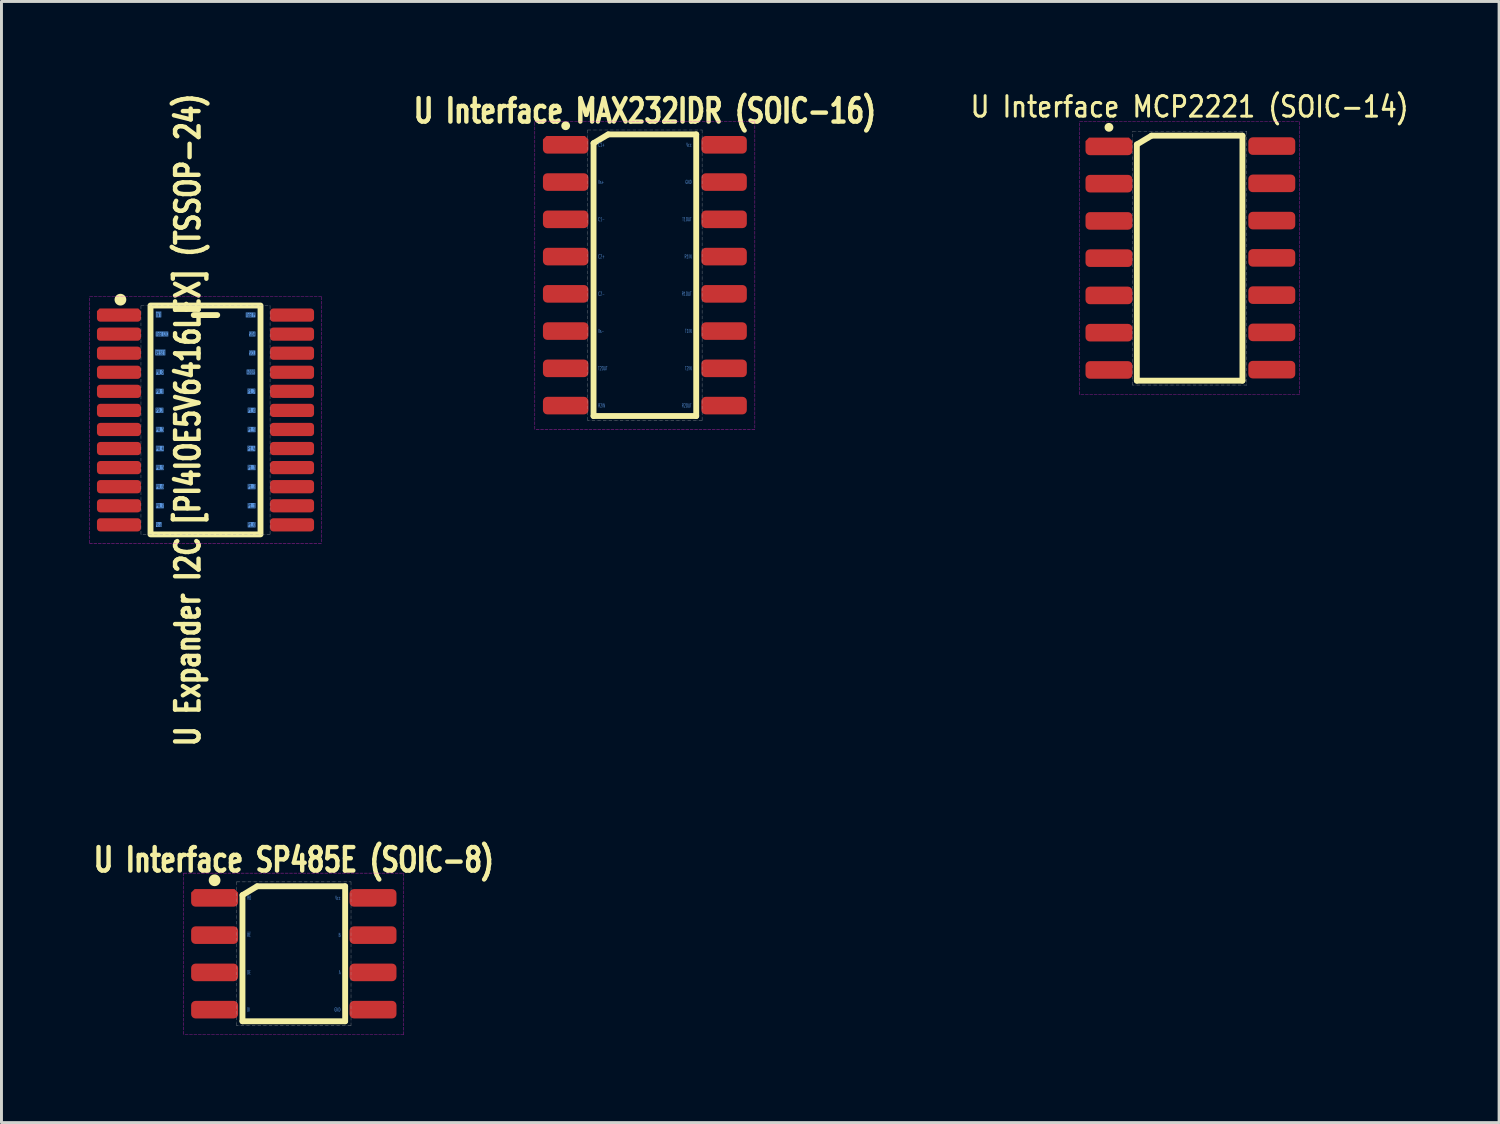
<source format=kicad_pcb>
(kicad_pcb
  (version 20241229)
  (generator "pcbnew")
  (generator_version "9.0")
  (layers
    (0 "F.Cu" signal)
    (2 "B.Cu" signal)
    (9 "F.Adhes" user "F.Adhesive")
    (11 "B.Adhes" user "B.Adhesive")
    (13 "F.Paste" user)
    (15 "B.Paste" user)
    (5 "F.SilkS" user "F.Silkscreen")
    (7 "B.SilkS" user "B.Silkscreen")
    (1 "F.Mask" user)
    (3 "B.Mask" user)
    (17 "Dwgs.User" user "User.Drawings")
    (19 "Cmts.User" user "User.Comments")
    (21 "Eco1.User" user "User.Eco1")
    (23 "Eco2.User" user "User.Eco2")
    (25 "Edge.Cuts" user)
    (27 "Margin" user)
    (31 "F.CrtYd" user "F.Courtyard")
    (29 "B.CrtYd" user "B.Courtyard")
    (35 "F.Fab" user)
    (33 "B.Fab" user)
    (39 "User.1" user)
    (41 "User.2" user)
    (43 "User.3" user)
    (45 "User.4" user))
  (footprint "U Interface MCP2221 (SOIC-14)"
    (layer "F.Cu")
    (at 37.501 5.75)
    (property "Reference" "U Interface MCP2221 (SOIC-14)" (at 0 -4.75 0) (unlocked yes) (layer "F.SilkS") (effects (font (size 0.7 0.6) (thickness 0.1)) (justify bottom)))
    (attr smd)
    (fp_line (start -1.8 -3.875) (end -1.3 -4.175) (stroke (width 0.2) (type default)) (layer "F.SilkS"))
    (fp_line (start -1.8 4.175) (end -1.8 -3.875) (stroke (width 0.2) (type default)) (layer "F.SilkS"))
    (fp_line (start -1.3 -4.175) (end 1.8 -4.175) (stroke (width 0.2) (type default)) (layer "F.SilkS"))
    (fp_line (start 1.8 -4.175) (end 1.8 4.175) (stroke (width 0.2) (type default)) (layer "F.SilkS"))
    (fp_line (start 1.8 4.175) (end -1.8 4.175) (stroke (width 0.2) (type default)) (layer "F.SilkS"))
    (fp_circle (center -2.75 -4.46) (end -2.65 -4.46) (stroke (width 0.1) (type solid)) (fill yes) (layer "F.SilkS"))
    (fp_rect (start -3.75 -4.65) (end 3.75 4.65) (stroke (width 0.01) (type dash)) (fill no) (layer "F.CrtYd"))
    (fp_rect (start -1.95 -4.325) (end 1.95 4.325) (stroke (width 0.01) (type dash_dot)) (fill no) (layer "F.Fab"))
    (fp_text user "UTx" (at -1.6 2.54 0) (unlocked yes) (layer "User.7") (effects (font (size 0.13 0.07) (thickness 0.01)) (justify left)))
    (fp_text user "Vdd" (at -1.6 -3.81 0) (unlocked yes) (layer "User.7") (effects (font (size 0.13 0.07) (thickness 0.014) (bold yes)) (justify left)))
    (fp_text user "SCL" (at 1.6 1.27 0) (unlocked yes) (layer "User.7") (effects (font (size 0.13 0.07) (thickness 0.014) (bold yes)) (justify right)))
    (fp_text user "GP3" (at 1.6 3.81 0) (unlocked yes) (layer "User.7") (effects (font (size 0.13 0.07) (thickness 0.01)) (justify right)))
    (fp_text user "URx" (at -1.6 1.27 0) (unlocked yes) (layer "User.7") (effects (font (size 0.13 0.07) (thickness 0.01)) (justify left)))
    (fp_text user "Vusb" (at 1.6 0 0) (unlocked yes) (layer "User.7") (effects (font (size 0.13 0.07) (thickness 0.014) (bold yes)) (justify right)))
    (fp_text user "GP0" (at -1.6 -2.54 0) (unlocked yes) (layer "User.7") (effects (font (size 0.13 0.07) (thickness 0.01)) (justify left)))
    (fp_text user "Vss" (at 1.6 -3.81 0) (unlocked yes) (layer "User.7") (effects (font (size 0.13 0.07) (thickness 0.014) (bold yes)) (justify right)))
    (fp_text user "D+" (at 1.6 -2.54 0) (unlocked yes) (layer "User.7") (effects (font (size 0.13 0.07) (thickness 0.01)) (justify right)))
    (fp_text user "GP1" (at -1.6 -1.27 0) (unlocked yes) (layer "User.7") (effects (font (size 0.13 0.07) (thickness 0.01)) (justify left)))
    (fp_text user "D-" (at 1.6 -1.27 0) (unlocked yes) (layer "User.7") (effects (font (size 0.13 0.07) (thickness 0.01)) (justify right)))
    (fp_text user "GP2" (at -1.6 3.81 0) (unlocked yes) (layer "User.7") (effects (font (size 0.13 0.07) (thickness 0.01)) (justify left)))
    (fp_text user "~{RST}" (at -1.6 0 0) (unlocked yes) (layer "User.7") (effects (font (size 0.13 0.07) (thickness 0.014) (bold yes)) (justify left)))
    (fp_text user "SDA" (at 1.6 2.54 0) (unlocked yes) (layer "User.7") (effects (font (size 0.13 0.07) (thickness 0.014) (bold yes)) (justify right)))
    (pad "1" smd roundrect (at -2.75 -3.81) (size 1.6 0.6) (layers "F.Cu" "F.Mask" "F.Paste") (roundrect_rratio 0.25) (chamfer_ratio 0.2) (chamfer top_left top_right))
    (pad "2" smd roundrect (at -2.75 -2.54) (size 1.6 0.6) (layers "F.Cu" "F.Mask" "F.Paste") (roundrect_rratio 0.25))
    (pad "3" smd roundrect (at -2.75 -1.27) (size 1.6 0.6) (layers "F.Cu" "F.Mask" "F.Paste") (roundrect_rratio 0.25))
    (pad "4" smd roundrect (at -2.75 0) (size 1.6 0.6) (layers "F.Cu" "F.Mask" "F.Paste") (roundrect_rratio 0.25))
    (pad "5" smd roundrect (at -2.75 1.27) (size 1.6 0.6) (layers "F.Cu" "F.Mask" "F.Paste") (roundrect_rratio 0.25))
    (pad "6" smd roundrect (at -2.75 2.54) (size 1.6 0.6) (layers "F.Cu" "F.Mask" "F.Paste") (roundrect_rratio 0.25))
    (pad "7" smd roundrect (at -2.75 3.81) (size 1.6 0.6) (layers "F.Cu" "F.Mask" "F.Paste") (roundrect_rratio 0.25))
    (pad "8" smd roundrect (at 2.8 3.8) (size 1.6 0.6) (layers "F.Cu" "F.Mask" "F.Paste") (roundrect_rratio 0.25))
    (pad "9" smd roundrect (at 2.8 2.53) (size 1.6 0.6) (layers "F.Cu" "F.Mask" "F.Paste") (roundrect_rratio 0.25))
    (pad "10" smd roundrect (at 2.8 1.26) (size 1.6 0.6) (layers "F.Cu" "F.Mask" "F.Paste") (roundrect_rratio 0.25))
    (pad "11" smd roundrect (at 2.8 -0.01) (size 1.6 0.6) (layers "F.Cu" "F.Mask" "F.Paste") (roundrect_rratio 0.25))
    (pad "12" smd roundrect (at 2.8 -1.28) (size 1.6 0.6) (layers "F.Cu" "F.Mask" "F.Paste") (roundrect_rratio 0.25))
    (pad "13" smd roundrect (at 2.8 -2.55) (size 1.6 0.6) (layers "F.Cu" "F.Mask" "F.Paste") (roundrect_rratio 0.25))
    (pad "14" smd roundrect (at 2.8 -3.82) (size 1.6 0.6) (layers "F.Cu" "F.Mask" "F.Paste") (roundrect_rratio 0.25)))
  (footprint "U Interface SP485E (SOIC-8)"
    (layer "F.Cu")
    (at 6.965 29.461)
    (property "Reference" "U Interface SP485E (SOIC-8)" (at 0 -3.2 0) (unlocked yes) (layer "F.SilkS") (effects (font (size 0.8 0.6) (thickness 0.15))))
    (attr smd)
    (fp_line (start -1.75 -2) (end -1.25 -2.3) (stroke (width 0.2) (type default)) (layer "F.SilkS"))
    (fp_line (start -1.75 2.3) (end -1.75 -2) (stroke (width 0.2) (type default)) (layer "F.SilkS"))
    (fp_line (start -1.25 -2.3) (end 1.75 -2.3) (stroke (width 0.2) (type default)) (layer "F.SilkS"))
    (fp_line (start 1.75 -2.3) (end 1.75 2.3) (stroke (width 0.2) (type default)) (layer "F.SilkS"))
    (fp_line (start 1.75 2.3) (end -1.75 2.3) (stroke (width 0.2) (type default)) (layer "F.SilkS"))
    (fp_circle (center -2.7 -2.505) (end -2.55 -2.505) (stroke (width 0.1) (type solid)) (fill yes) (layer "F.SilkS"))
    (fp_rect (start -3.75 -2.75) (end 3.75 2.75) (stroke (width 0.01) (type dash)) (fill no) (layer "F.CrtYd"))
    (fp_rect (start -1.95 -2.45) (end 1.95 2.45) (stroke (width 0.01) (type dash_dot)) (fill no) (layer "F.Fab"))
    (fp_text user "RO" (at -1.6 -1.905 0) (unlocked yes) (layer "Cmts.User") (effects (font (size 0.13 0.07) (thickness 0.01)) (justify left)))
    (fp_text user "~{RE}" (at -1.6 -0.635 0) (unlocked yes) (layer "Cmts.User") (effects (font (size 0.13 0.07) (thickness 0.01)) (justify left)))
    (fp_text user "DE" (at -1.6 0.635 0) (unlocked yes) (layer "Cmts.User") (effects (font (size 0.13 0.07) (thickness 0.01)) (justify left)))
    (fp_text user "DI" (at -1.6 1.905 0) (unlocked yes) (layer "Cmts.User") (effects (font (size 0.13 0.07) (thickness 0.01)) (justify left)))
    (fp_text user "A" (at 1.6 0.635 0) (unlocked yes) (layer "Cmts.User") (effects (font (size 0.13 0.07) (thickness 0.01)) (justify right)))
    (fp_text user "B" (at 1.6 -0.635 0) (unlocked yes) (layer "Cmts.User") (effects (font (size 0.13 0.07) (thickness 0.01)) (justify right)))
    (fp_text user "GND" (at 1.6 1.905 0) (unlocked yes) (layer "Cmts.User") (effects (font (size 0.13 0.07) (thickness 0.01) (bold yes)) (justify right)))
    (fp_text user "Vcc" (at 1.6 -1.905 0) (unlocked yes) (layer "Cmts.User") (effects (font (size 0.13 0.07) (thickness 0.01) (bold yes)) (justify right)))
    (pad "1" smd roundrect (at -2.7 -1.905) (size 1.6 0.6) (layers "F.Cu" "F.Mask" "F.Paste") (roundrect_rratio 0.25) (chamfer_ratio 0.2) (chamfer top_left top_right))
    (pad "2" smd roundrect (at -2.7 -0.635) (size 1.6 0.6) (layers "F.Cu" "F.Mask" "F.Paste") (roundrect_rratio 0.25))
    (pad "3" smd roundrect (at -2.7 0.635) (size 1.6 0.6) (layers "F.Cu" "F.Mask" "F.Paste") (roundrect_rratio 0.25))
    (pad "4" smd roundrect (at -2.7 1.905) (size 1.6 0.6) (layers "F.Cu" "F.Mask" "F.Paste") (roundrect_rratio 0.25))
    (pad "5" smd roundrect (at 2.7 1.905) (size 1.6 0.6) (layers "F.Cu" "F.Mask" "F.Paste") (roundrect_rratio 0.25))
    (pad "6" smd roundrect (at 2.7 0.635) (size 1.6 0.6) (layers "F.Cu" "F.Mask" "F.Paste") (roundrect_rratio 0.25))
    (pad "7" smd roundrect (at 2.7 -0.635) (size 1.6 0.6) (layers "F.Cu" "F.Mask" "F.Paste") (roundrect_rratio 0.25))
    (pad "8" smd roundrect (at 2.7 -1.905) (size 1.6 0.6) (layers "F.Cu" "F.Mask" "F.Paste") (roundrect_rratio 0.25)))
  (footprint "U Expander I2C [PI4IOE5V6416LEX] (TSSOP-24)"
    (layer "F.Cu")
    (at 3.955 11.265)
    (property "Reference" "U Expander I2C [PI4IOE5V6416LEX] (TSSOP-24)" (at -0.6 0 90) (layer "F.SilkS") (effects (font (size 0.8 0.6) (thickness 0.15))))
    (attr smd)
    (fp_line (start -0.4 -3.575) (end 0.4 -3.575) (stroke (width 0.2) (type default)) (layer "F.SilkS"))
    (fp_rect (start -1.875 -3.9) (end 1.875 3.9) (stroke (width 0.2) (type default)) (fill no) (layer "F.SilkS"))
    (fp_circle (center -2.9 -4.1) (end -2.75 -4.1) (stroke (width 0.1) (type solid)) (fill yes) (layer "F.SilkS"))
    (fp_rect (start -3.95 -4.2) (end 3.95 4.2) (stroke (width 0.01) (type dash)) (fill no) (layer "F.CrtYd"))
    (fp_rect (start -2.2 -3.9) (end 2.2 3.9) (stroke (width 0.01) (type dash_dot)) (fill no) (layer "F.Fab"))
    (fp_text user "P0_4" (at -1.56 0.975 0) (layer "Cmts.User" knockout) (effects (font (size 0.13 0.07) (thickness 0.01) (bold yes))))
    (fp_text user "ADDR" (at 1.55 -1.63 0) (layer "Cmts.User" knockout) (effects (font (size 0.13 0.07) (thickness 0.01) (bold yes))))
    (fp_text user "Vdd P" (at 1.54 -3.575 0) (layer "Cmts.User" knockout) (effects (font (size 0.13 0.07) (thickness 0.01) (bold yes))))
    (fp_text user "SDA" (at 1.59 -2.925 0) (layer "Cmts.User" knockout) (effects (font (size 0.13 0.07) (thickness 0.01))))
    (fp_text user "Vdd I2C" (at -1.48 -2.925 0) (layer "Cmts.User" knockout) (effects (font (size 0.13 0.07) (thickness 0.01) (bold yes))))
    (fp_text user "P1_2" (at 1.57 2.27 0) (layer "Cmts.User" knockout) (effects (font (size 0.13 0.07) (thickness 0.01) (bold yes))))
    (fp_text user "P0_3" (at -1.56 0.325 0) (layer "Cmts.User" knockout) (effects (font (size 0.13 0.07) (thickness 0.01) (bold yes))))
    (fp_text user "~{RESET}" (at -1.54 -2.28 0) (layer "Cmts.User" knockout) (effects (font (size 0.13 0.07) (thickness 0.01) (bold yes))))
    (fp_text user "P1_7" (at 1.56 -0.98 0) (layer "Cmts.User" knockout) (effects (font (size 0.13 0.07) (thickness 0.01) (bold yes))))
    (fp_text user "P0_5" (at -1.56 1.62 0) (layer "Cmts.User" knockout) (effects (font (size 0.13 0.07) (thickness 0.01) (bold yes))))
    (fp_text user "~{INT}" (at -1.6 -3.575 0) (layer "Cmts.User" knockout) (effects (font (size 0.13 0.07) (thickness 0.01) (bold yes))))
    (fp_text user "P1_4" (at 1.56 0.975 0) (layer "Cmts.User" knockout) (effects (font (size 0.13 0.07) (thickness 0.01) (bold yes))))
    (fp_text user "P1_1" (at 1.57 2.92 0) (layer "Cmts.User" knockout) (effects (font (size 0.13 0.07) (thickness 0.01) (bold yes))))
    (fp_text user "SCL" (at 1.59 -2.28 0) (layer "Cmts.User" knockout) (effects (font (size 0.13 0.07) (thickness 0.01))))
    (fp_text user "P1_5" (at 1.57 0.325 0) (layer "Cmts.User" knockout) (effects (font (size 0.13 0.07) (thickness 0.01) (bold yes))))
    (fp_text user "P0_2" (at -1.57 -0.33 0) (layer "Cmts.User" knockout) (effects (font (size 0.13 0.07) (thickness 0.01) (bold yes))))
    (fp_text user "P1_6" (at 1.57 -0.33 0) (layer "Cmts.User" knockout) (effects (font (size 0.13 0.07) (thickness 0.01) (bold yes))))
    (fp_text user "P1_0" (at 1.57 3.57 0) (layer "Cmts.User" knockout) (effects (font (size 0.13 0.07) (thickness 0.01) (bold yes))))
    (fp_text user "P0_6" (at -1.56 2.27 0) (layer "Cmts.User" knockout) (effects (font (size 0.13 0.07) (thickness 0.01) (bold yes))))
    (fp_text user "P0_0" (at -1.56 -1.63 0) (layer "Cmts.User" knockout) (effects (font (size 0.13 0.07) (thickness 0.01) (bold yes))))
    (fp_text user "Vss" (at -1.59 3.57 0) (layer "Cmts.User" knockout) (effects (font (size 0.13 0.07) (thickness 0.01) (bold yes))))
    (fp_text user "P0_7" (at -1.56 2.92 0) (layer "Cmts.User" knockout) (effects (font (size 0.13 0.07) (thickness 0.01) (bold yes))))
    (fp_text user "P0_1" (at -1.7 -0.975 0) (layer "Cmts.User" knockout) (effects (font (size 0.13 0.07) (thickness 0.01) (bold yes)) (justify left)))
    (fp_text user "P1_3" (at 1.57 1.62 0) (layer "Cmts.User" knockout) (effects (font (size 0.13 0.07) (thickness 0.01) (bold yes))))
    (pad "1" smd roundrect (at -2.95 -3.575) (size 1.5 0.45) (layers "F.Cu" "F.Mask" "F.Paste") (roundrect_rratio 0.25) (chamfer_ratio 0.2) (chamfer top_left top_right))
    (pad "2" smd roundrect (at -2.95 -2.925) (size 1.5 0.45) (layers "F.Cu" "F.Mask" "F.Paste") (roundrect_rratio 0.25))
    (pad "3" smd roundrect (at -2.95 -2.275) (size 1.5 0.45) (layers "F.Cu" "F.Mask" "F.Paste") (roundrect_rratio 0.25))
    (pad "4" smd roundrect (at -2.95 -1.625) (size 1.5 0.45) (layers "F.Cu" "F.Mask" "F.Paste") (roundrect_rratio 0.25))
    (pad "5" smd roundrect (at -2.95 -0.975) (size 1.5 0.45) (layers "F.Cu" "F.Mask" "F.Paste") (roundrect_rratio 0.25))
    (pad "6" smd roundrect (at -2.95 -0.325) (size 1.5 0.45) (layers "F.Cu" "F.Mask" "F.Paste") (roundrect_rratio 0.25))
    (pad "7" smd roundrect (at -2.95 0.325) (size 1.5 0.45) (layers "F.Cu" "F.Mask" "F.Paste") (roundrect_rratio 0.25))
    (pad "8" smd roundrect (at -2.95 0.975) (size 1.5 0.45) (layers "F.Cu" "F.Mask" "F.Paste") (roundrect_rratio 0.25))
    (pad "9" smd roundrect (at -2.95 1.625) (size 1.5 0.45) (layers "F.Cu" "F.Mask" "F.Paste") (roundrect_rratio 0.25))
    (pad "10" smd roundrect (at -2.95 2.275) (size 1.5 0.45) (layers "F.Cu" "F.Mask" "F.Paste") (roundrect_rratio 0.25))
    (pad "11" smd roundrect (at -2.95 2.925) (size 1.5 0.45) (layers "F.Cu" "F.Mask" "F.Paste") (roundrect_rratio 0.25))
    (pad "12" smd roundrect (at -2.95 3.575) (size 1.5 0.45) (layers "F.Cu" "F.Mask" "F.Paste") (roundrect_rratio 0.25))
    (pad "13" smd roundrect (at 2.95 3.575) (size 1.5 0.45) (layers "F.Cu" "F.Mask" "F.Paste") (roundrect_rratio 0.25))
    (pad "14" smd roundrect (at 2.95 2.925) (size 1.5 0.45) (layers "F.Cu" "F.Mask" "F.Paste") (roundrect_rratio 0.25))
    (pad "15" smd roundrect (at 2.95 2.275) (size 1.5 0.45) (layers "F.Cu" "F.Mask" "F.Paste") (roundrect_rratio 0.25))
    (pad "16" smd roundrect (at 2.95 1.625) (size 1.5 0.45) (layers "F.Cu" "F.Mask" "F.Paste") (roundrect_rratio 0.25))
    (pad "17" smd roundrect (at 2.95 0.975) (size 1.5 0.45) (layers "F.Cu" "F.Mask" "F.Paste") (roundrect_rratio 0.25))
    (pad "18" smd roundrect (at 2.95 0.325) (size 1.5 0.45) (layers "F.Cu" "F.Mask" "F.Paste") (roundrect_rratio 0.25))
    (pad "19" smd roundrect (at 2.95 -0.325) (size 1.5 0.45) (layers "F.Cu" "F.Mask" "F.Paste") (roundrect_rratio 0.25))
    (pad "20" smd roundrect (at 2.95 -0.975) (size 1.5 0.45) (layers "F.Cu" "F.Mask" "F.Paste") (roundrect_rratio 0.25))
    (pad "21" smd roundrect (at 2.95 -1.625) (size 1.5 0.45) (layers "F.Cu" "F.Mask" "F.Paste") (roundrect_rratio 0.25))
    (pad "22" smd roundrect (at 2.95 -2.275) (size 1.5 0.45) (layers "F.Cu" "F.Mask" "F.Paste") (roundrect_rratio 0.25))
    (pad "23" smd roundrect (at 2.95 -2.925) (size 1.5 0.45) (layers "F.Cu" "F.Mask" "F.Paste") (roundrect_rratio 0.25))
    (pad "24" smd roundrect (at 2.95 -3.575) (size 1.5 0.45) (layers "F.Cu" "F.Mask" "F.Paste") (roundrect_rratio 0.25)))
  (footprint "U Interface MAX232IDR (SOIC-16)"
    (layer "F.Cu")
    (at 18.932 6.331)
    (property "Reference" "U Interface MAX232IDR (SOIC-16)" (at 0 -5.6 0) (unlocked yes) (layer "F.SilkS") (effects (font (size 0.8 0.6) (thickness 0.15))))
    (attr smd)
    (fp_line (start -1.75 -4.5) (end -1.25 -4.8) (stroke (width 0.2) (type default)) (layer "F.SilkS"))
    (fp_line (start -1.75 4.8) (end -1.75 -4.5) (stroke (width 0.2) (type default)) (layer "F.SilkS"))
    (fp_line (start -1.25 -4.8) (end 1.75 -4.8) (stroke (width 0.2) (type default)) (layer "F.SilkS"))
    (fp_line (start 1.75 -4.8) (end 1.75 4.8) (stroke (width 0.2) (type default)) (layer "F.SilkS"))
    (fp_line (start 1.75 4.8) (end -1.75 4.8) (stroke (width 0.2) (type default)) (layer "F.SilkS"))
    (fp_circle (center -2.7 -5.095) (end -2.6 -5.095) (stroke (width 0.1) (type solid)) (fill yes) (layer "F.SilkS"))
    (fp_rect (start -3.75 -5.25) (end 3.75 5.25) (stroke (width 0.01) (type dash)) (fill no) (layer "F.CrtYd"))
    (fp_rect (start -1.95 -4.95) (end 1.95 4.95) (stroke (width 0.01) (type dash_dot)) (fill no) (layer "F.Fab"))
    (fp_text user "R2OUT" (at 1.6 4.445 0) (unlocked yes) (layer "Cmts.User") (effects (font (size 0.13 0.07) (thickness 0.01)) (justify right)))
    (fp_text user "C1+" (at -1.6 -4.445 0) (unlocked yes) (layer "Cmts.User") (effects (font (size 0.13 0.07) (thickness 0.01)) (justify left)))
    (fp_text user "R2IN" (at -1.6 4.445 0) (unlocked yes) (layer "Cmts.User") (effects (font (size 0.13 0.07) (thickness 0.01)) (justify left)))
    (fp_text user "R1IN" (at 1.6 -0.635 0) (unlocked yes) (layer "Cmts.User") (effects (font (size 0.13 0.07) (thickness 0.01) (bold yes)) (justify right)))
    (fp_text user "T1IN" (at 1.6 1.905 0) (unlocked yes) (layer "Cmts.User") (effects (font (size 0.13 0.07) (thickness 0.01)) (justify right)))
    (fp_text user "GND" (at 1.6 -3.175 0) (unlocked yes) (layer "Cmts.User") (effects (font (size 0.13 0.07) (thickness 0.01) (bold yes)) (justify right)))
    (fp_text user "T2IN" (at 1.6 3.175 0) (unlocked yes) (layer "Cmts.User") (effects (font (size 0.13 0.07) (thickness 0.01)) (justify right)))
    (fp_text user "T1OUT" (at 1.6 -1.905 0) (unlocked yes) (layer "Cmts.User") (effects (font (size 0.13 0.07) (thickness 0.01)) (justify right)))
    (fp_text user "T2OUT" (at -1.6 3.175 0) (unlocked yes) (layer "Cmts.User") (effects (font (size 0.13 0.07) (thickness 0.01)) (justify left)))
    (fp_text user "C2+" (at -1.6 -0.635 0) (unlocked yes) (layer "Cmts.User") (effects (font (size 0.13 0.07) (thickness 0.01)) (justify left)))
    (fp_text user "Vcc" (at 1.6 -4.445 0) (unlocked yes) (layer "Cmts.User") (effects (font (size 0.13 0.07) (thickness 0.01) (bold yes)) (justify right)))
    (fp_text user "R1OUT" (at 1.6 0.635 0) (unlocked yes) (layer "Cmts.User") (effects (font (size 0.13 0.07) (thickness 0.01)) (justify right)))
    (fp_text user "C1-" (at -1.6 -1.905 0) (unlocked yes) (layer "Cmts.User") (effects (font (size 0.13 0.07) (thickness 0.01)) (justify left)))
    (fp_text user "Vs-" (at -1.6 1.905 0) (unlocked yes) (layer "Cmts.User") (effects (font (size 0.13 0.07) (thickness 0.01)) (justify left)))
    (fp_text user "C2-" (at -1.6 0.635 0) (unlocked yes) (layer "Cmts.User") (effects (font (size 0.13 0.07) (thickness 0.01)) (justify left)))
    (fp_text user "Vs+" (at -1.6 -3.175 0) (unlocked yes) (layer "Cmts.User") (effects (font (size 0.13 0.07) (thickness 0.01)) (justify left)))
    (pad "1" smd roundrect (at -2.7 -4.445) (size 1.55 0.6) (layers "F.Cu" "F.Mask" "F.Paste") (roundrect_rratio 0.25) (chamfer_ratio 0.2) (chamfer top_left top_right))
    (pad "2" smd roundrect (at -2.7 -3.175) (size 1.55 0.6) (layers "F.Cu" "F.Mask" "F.Paste") (roundrect_rratio 0.25))
    (pad "3" smd roundrect (at -2.7 -1.905) (size 1.55 0.6) (layers "F.Cu" "F.Mask" "F.Paste") (roundrect_rratio 0.25))
    (pad "4" smd roundrect (at -2.7 -0.635) (size 1.55 0.6) (layers "F.Cu" "F.Mask" "F.Paste") (roundrect_rratio 0.25))
    (pad "5" smd roundrect (at -2.7 0.635) (size 1.55 0.6) (layers "F.Cu" "F.Mask" "F.Paste") (roundrect_rratio 0.25))
    (pad "6" smd roundrect (at -2.7 1.905) (size 1.55 0.6) (layers "F.Cu" "F.Mask" "F.Paste") (roundrect_rratio 0.25))
    (pad "7" smd roundrect (at -2.7 3.175) (size 1.55 0.6) (layers "F.Cu" "F.Mask" "F.Paste") (roundrect_rratio 0.25))
    (pad "8" smd roundrect (at -2.7 4.445) (size 1.55 0.6) (layers "F.Cu" "F.Mask" "F.Paste") (roundrect_rratio 0.25))
    (pad "9" smd roundrect (at 2.7 4.445) (size 1.55 0.6) (layers "F.Cu" "F.Mask" "F.Paste") (roundrect_rratio 0.25))
    (pad "10" smd roundrect (at 2.7 3.175) (size 1.55 0.6) (layers "F.Cu" "F.Mask" "F.Paste") (roundrect_rratio 0.25))
    (pad "11" smd roundrect (at 2.7 1.905) (size 1.55 0.6) (layers "F.Cu" "F.Mask" "F.Paste") (roundrect_rratio 0.25))
    (pad "12" smd roundrect (at 2.7 0.635) (size 1.55 0.6) (layers "F.Cu" "F.Mask" "F.Paste") (roundrect_rratio 0.25))
    (pad "13" smd roundrect (at 2.7 -0.635) (size 1.55 0.6) (layers "F.Cu" "F.Mask" "F.Paste") (roundrect_rratio 0.25))
    (pad "14" smd roundrect (at 2.7 -1.905) (size 1.55 0.6) (layers "F.Cu" "F.Mask" "F.Paste") (roundrect_rratio 0.25))
    (pad "15" smd roundrect (at 2.7 -3.175) (size 1.55 0.6) (layers "F.Cu" "F.Mask" "F.Paste") (roundrect_rratio 0.25))
    (pad "16" smd roundrect (at 2.7 -4.445) (size 1.55 0.6) (layers "F.Cu" "F.Mask" "F.Paste") (roundrect_rratio 0.25)))
  (gr_rect
    (start -3 -3)
    (end 48.049 35.216)
    (stroke (width 0.1) (type default))
    (fill no)
    (layer "Edge.Cuts")))
</source>
